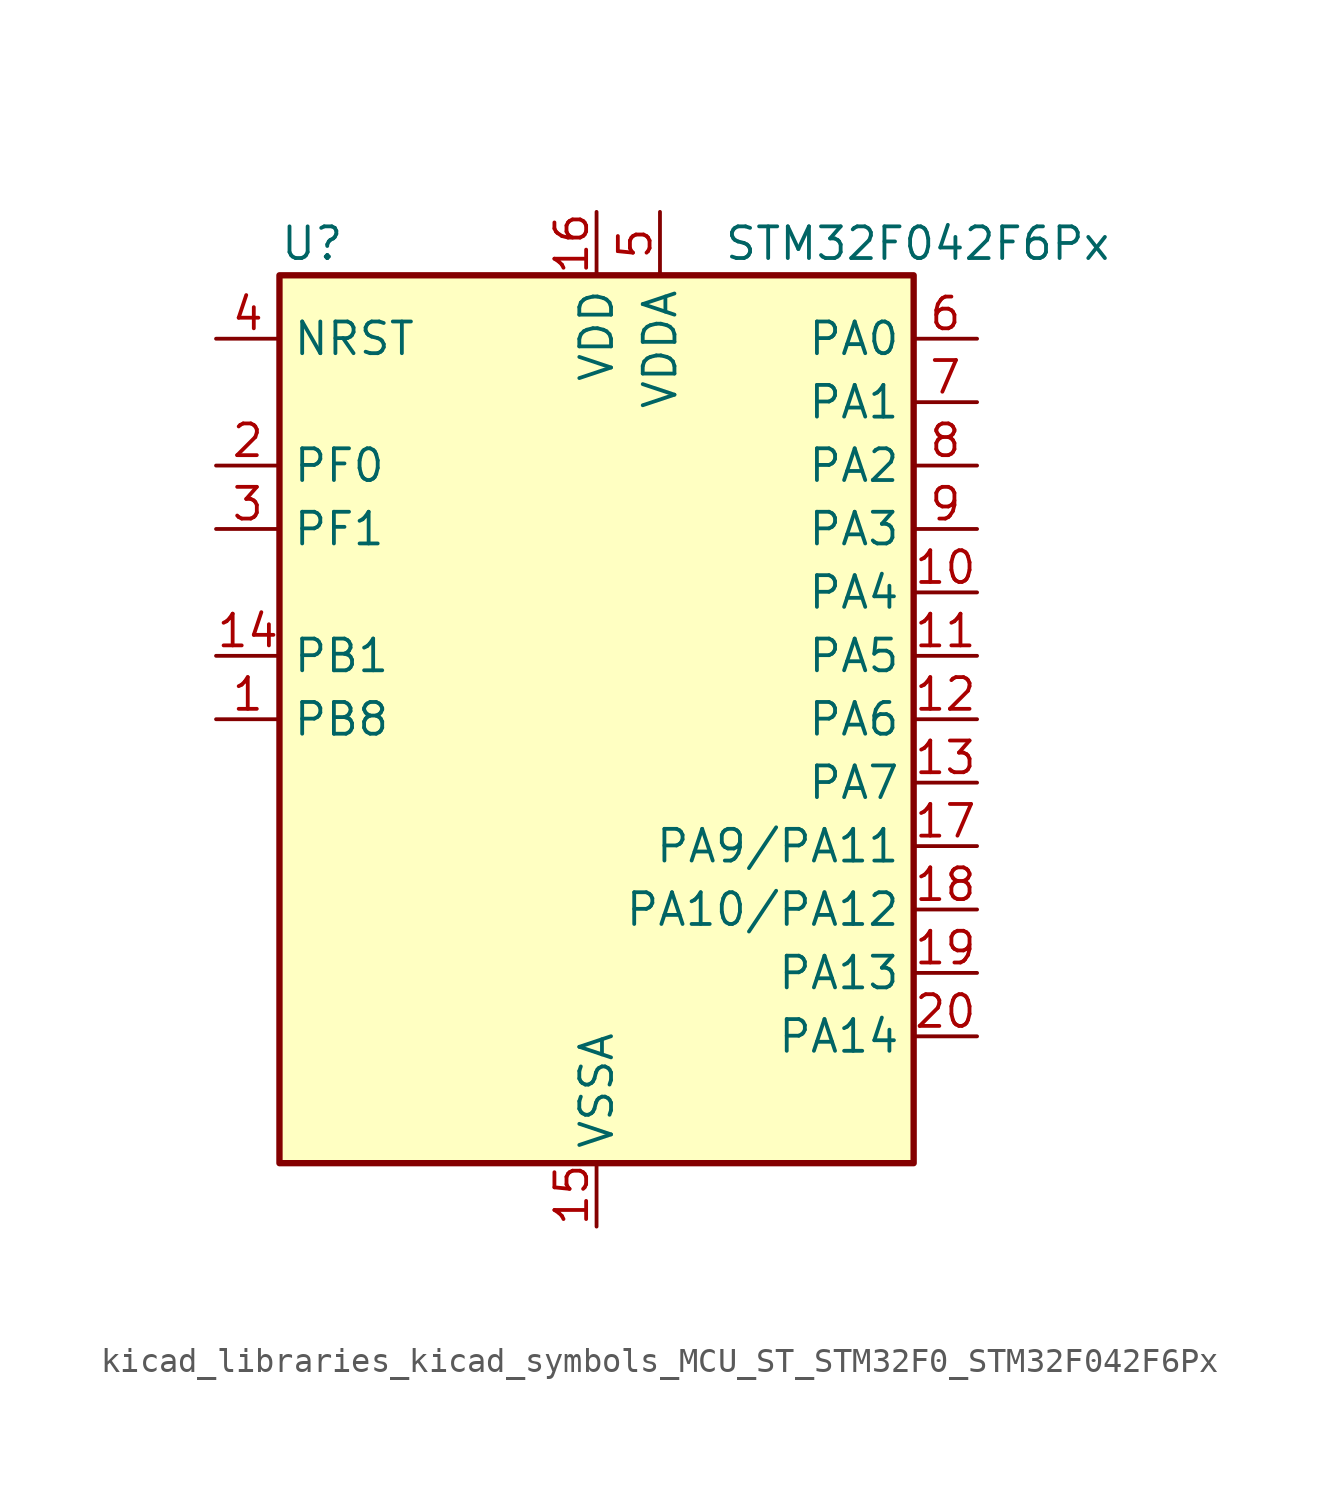
<source format=kicad_sym>
(kicad_symbol_lib
  (version 20220914)
  (generator kicad_symbol_editor)
  (symbol "kicad_libraries_kicad_symbols_MCU_ST_STM32F0_STM32F042F6Px"
    (property "Reference" "U"
      (at -12.7 19.05 0)
      (effects (font (size 1.27 1.27)) (justify left)))
    (property "Value" "STM32F042F6Px"
      (at 5.08 19.05 0)
      (effects (font (size 1.27 1.27)) (justify left)))
    (property "ki_locked" ""
      (at 0 0 0)
      (effects (font (size 1.27 1.27))))
    (symbol "kicad_libraries_kicad_symbols_MCU_ST_STM32F0_STM32F042F6Px_0_1"
      (rectangle (start -12.7 -17.78) (end 12.7 17.78) (stroke (width 0.254) (type default)) (fill (type background))))
    (symbol "kicad_libraries_kicad_symbols_MCU_ST_STM32F0_STM32F042F6Px_1_1"
      (pin bidirectional line (at -15.24 0 0) (length 2.54) (name "PB8" (effects (font (size 1.27 1.27)))) (number "1" (effects (font (size 1.27 1.27)))) (alternate "CAN_RX" bidirectional line) (alternate "CEC" bidirectional line) (alternate "I2C1_SCL" bidirectional line) (alternate "TIM16_CH1" bidirectional line) (alternate "TSC_SYNC" bidirectional line))
      (pin bidirectional line (at 15.24 5.08 180) (length 2.54) (name "PA4" (effects (font (size 1.27 1.27)))) (number "10" (effects (font (size 1.27 1.27)))) (alternate "ADC_IN4" bidirectional line) (alternate "I2S1_WS" bidirectional line) (alternate "SPI1_NSS" bidirectional line) (alternate "TIM14_CH1" bidirectional line) (alternate "TSC_G2_IO1" bidirectional line) (alternate "USART2_CK" bidirectional line) (alternate "USB_NOE" bidirectional line))
      (pin bidirectional line (at 15.24 2.54 180) (length 2.54) (name "PA5" (effects (font (size 1.27 1.27)))) (number "11" (effects (font (size 1.27 1.27)))) (alternate "ADC_IN5" bidirectional line) (alternate "CEC" bidirectional line) (alternate "I2S1_CK" bidirectional line) (alternate "SPI1_SCK" bidirectional line) (alternate "TIM2_CH1" bidirectional line) (alternate "TIM2_ETR" bidirectional line) (alternate "TSC_G2_IO2" bidirectional line))
      (pin bidirectional line (at 15.24 0 180) (length 2.54) (name "PA6" (effects (font (size 1.27 1.27)))) (number "12" (effects (font (size 1.27 1.27)))) (alternate "ADC_IN6" bidirectional line) (alternate "I2S1_MCK" bidirectional line) (alternate "SPI1_MISO" bidirectional line) (alternate "TIM16_CH1" bidirectional line) (alternate "TIM1_BKIN" bidirectional line) (alternate "TIM3_CH1" bidirectional line) (alternate "TSC_G2_IO3" bidirectional line))
      (pin bidirectional line (at 15.24 -2.54 180) (length 2.54) (name "PA7" (effects (font (size 1.27 1.27)))) (number "13" (effects (font (size 1.27 1.27)))) (alternate "ADC_IN7" bidirectional line) (alternate "I2S1_SD" bidirectional line) (alternate "SPI1_MOSI" bidirectional line) (alternate "TIM14_CH1" bidirectional line) (alternate "TIM17_CH1" bidirectional line) (alternate "TIM1_CH1N" bidirectional line) (alternate "TIM3_CH2" bidirectional line) (alternate "TSC_G2_IO4" bidirectional line))
      (pin bidirectional line (at -15.24 2.54 0) (length 2.54) (name "PB1" (effects (font (size 1.27 1.27)))) (number "14" (effects (font (size 1.27 1.27)))) (alternate "ADC_IN9" bidirectional line) (alternate "TIM14_CH1" bidirectional line) (alternate "TIM1_CH3N" bidirectional line) (alternate "TIM3_CH4" bidirectional line))
      (pin power_in line (at 0 -20.32 90) (length 2.54) (name "VSSA" (effects (font (size 1.27 1.27)))) (number "15" (effects (font (size 1.27 1.27)))))
      (pin power_in line (at 0 20.32 270) (length 2.54) (name "VDD" (effects (font (size 1.27 1.27)))) (number "16" (effects (font (size 1.27 1.27)))))
      (pin bidirectional line (at 15.24 -5.08 180) (length 2.54) (name "PA9/PA11" (effects (font (size 1.27 1.27)))) (number "17" (effects (font (size 1.27 1.27)))) (alternate "I2C1_SCL" bidirectional line) (alternate "TIM1_CH2" bidirectional line) (alternate "TSC_G4_IO1" bidirectional line) (alternate "USART1_TX" bidirectional line))
      (pin bidirectional line (at 15.24 -7.62 180) (length 2.54) (name "PA10/PA12" (effects (font (size 1.27 1.27)))) (number "18" (effects (font (size 1.27 1.27)))) (alternate "I2C1_SDA" bidirectional line) (alternate "TIM17_BKIN" bidirectional line) (alternate "TIM1_CH3" bidirectional line) (alternate "TSC_G4_IO2" bidirectional line) (alternate "USART1_RX" bidirectional line))
      (pin bidirectional line (at 15.24 -10.16 180) (length 2.54) (name "PA13" (effects (font (size 1.27 1.27)))) (number "19" (effects (font (size 1.27 1.27)))) (alternate "IR_OUT" bidirectional line) (alternate "SYS_SWDIO" bidirectional line) (alternate "USB_NOE" bidirectional line))
      (pin bidirectional line (at -15.24 10.16 0) (length 2.54) (name "PF0" (effects (font (size 1.27 1.27)))) (number "2" (effects (font (size 1.27 1.27)))) (alternate "CRS_SYNC" bidirectional line) (alternate "I2C1_SDA" bidirectional line) (alternate "RCC_OSC_IN" bidirectional line))
      (pin bidirectional line (at 15.24 -12.7 180) (length 2.54) (name "PA14" (effects (font (size 1.27 1.27)))) (number "20" (effects (font (size 1.27 1.27)))) (alternate "SYS_SWCLK" bidirectional line) (alternate "USART2_TX" bidirectional line))
      (pin bidirectional line (at -15.24 7.62 0) (length 2.54) (name "PF1" (effects (font (size 1.27 1.27)))) (number "3" (effects (font (size 1.27 1.27)))) (alternate "I2C1_SCL" bidirectional line) (alternate "RCC_OSC_OUT" bidirectional line))
      (pin input line (at -15.24 15.24 0) (length 2.54) (name "NRST" (effects (font (size 1.27 1.27)))) (number "4" (effects (font (size 1.27 1.27)))))
      (pin power_in line (at 2.54 20.32 270) (length 2.54) (name "VDDA" (effects (font (size 1.27 1.27)))) (number "5" (effects (font (size 1.27 1.27)))))
      (pin bidirectional line (at 15.24 15.24 180) (length 2.54) (name "PA0" (effects (font (size 1.27 1.27)))) (number "6" (effects (font (size 1.27 1.27)))) (alternate "ADC_IN0" bidirectional line) (alternate "RTC_TAMP2" bidirectional line) (alternate "SYS_WKUP1" bidirectional line) (alternate "TIM2_CH1" bidirectional line) (alternate "TIM2_ETR" bidirectional line) (alternate "TSC_G1_IO1" bidirectional line) (alternate "USART2_CTS" bidirectional line))
      (pin bidirectional line (at 15.24 12.7 180) (length 2.54) (name "PA1" (effects (font (size 1.27 1.27)))) (number "7" (effects (font (size 1.27 1.27)))) (alternate "ADC_IN1" bidirectional line) (alternate "TIM2_CH2" bidirectional line) (alternate "TSC_G1_IO2" bidirectional line) (alternate "USART2_DE" bidirectional line) (alternate "USART2_RTS" bidirectional line))
      (pin bidirectional line (at 15.24 10.16 180) (length 2.54) (name "PA2" (effects (font (size 1.27 1.27)))) (number "8" (effects (font (size 1.27 1.27)))) (alternate "ADC_IN2" bidirectional line) (alternate "SYS_WKUP4" bidirectional line) (alternate "TIM2_CH3" bidirectional line) (alternate "TSC_G1_IO3" bidirectional line) (alternate "USART2_TX" bidirectional line))
      (pin bidirectional line (at 15.24 7.62 180) (length 2.54) (name "PA3" (effects (font (size 1.27 1.27)))) (number "9" (effects (font (size 1.27 1.27)))) (alternate "ADC_IN3" bidirectional line) (alternate "TIM2_CH4" bidirectional line) (alternate "TSC_G1_IO4" bidirectional line) (alternate "USART2_RX" bidirectional line)))))
</source>
